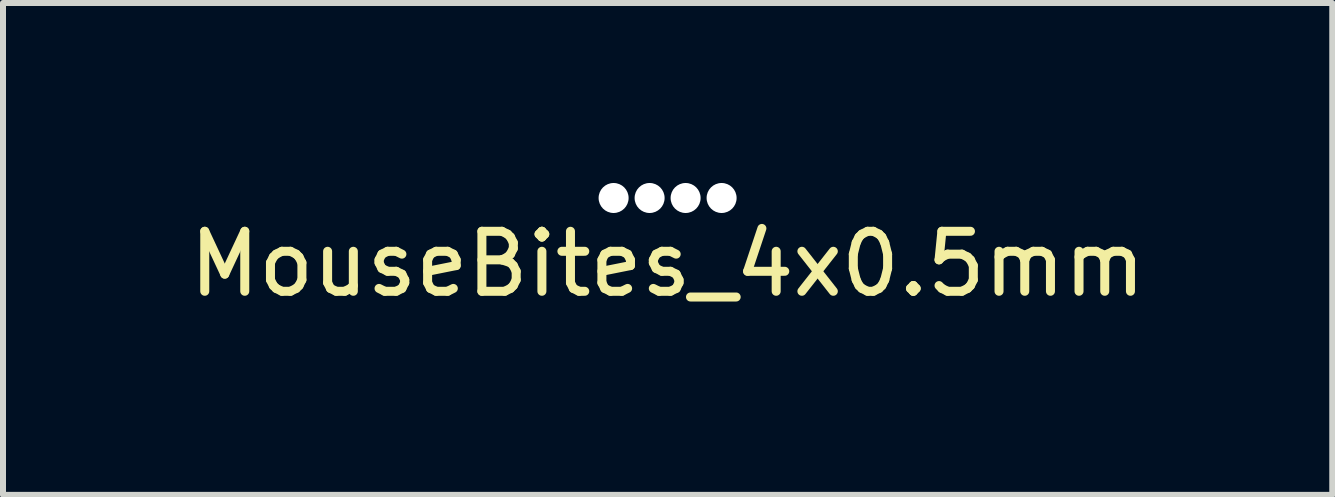
<source format=kicad_pcb>
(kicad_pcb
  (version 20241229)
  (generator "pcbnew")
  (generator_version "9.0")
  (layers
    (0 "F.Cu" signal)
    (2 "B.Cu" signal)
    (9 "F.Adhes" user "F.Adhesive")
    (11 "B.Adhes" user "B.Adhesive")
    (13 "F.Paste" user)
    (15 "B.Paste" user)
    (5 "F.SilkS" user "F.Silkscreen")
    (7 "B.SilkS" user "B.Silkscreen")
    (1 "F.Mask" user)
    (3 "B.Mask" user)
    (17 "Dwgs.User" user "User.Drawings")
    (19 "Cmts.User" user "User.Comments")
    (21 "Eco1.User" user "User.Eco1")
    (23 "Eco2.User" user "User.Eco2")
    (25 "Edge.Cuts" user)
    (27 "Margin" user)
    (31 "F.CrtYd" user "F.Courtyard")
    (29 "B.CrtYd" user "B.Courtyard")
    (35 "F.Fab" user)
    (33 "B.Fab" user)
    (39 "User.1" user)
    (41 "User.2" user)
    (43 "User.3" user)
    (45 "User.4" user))
  (footprint "MouseBites_4x0.5mm"
    (layer "F.Cu")
    (at 8.077 0.25)
    (property "Reference" "MouseBites_4x0.5mm" (at 0 1.1 0) (layer "F.SilkS") (effects (font (size 1 1) (thickness 0.15))))
    (attr exclude_from_pos_files exclude_from_bom)
    (pad "" np_thru_hole circle (at -0.9 0) (size 0.5 0.5) (drill 0.5) (layers "*.Cu" "*.Mask"))
    (pad "" np_thru_hole circle (at -0.3 0) (size 0.5 0.5) (drill 0.5) (layers "*.Cu" "*.Mask"))
    (pad "" np_thru_hole circle (at 0.3 0) (size 0.5 0.5) (drill 0.5) (layers "*.Cu" "*.Mask"))
    (pad "" np_thru_hole circle (at 0.9 0) (size 0.5 0.5) (drill 0.5) (layers "*.Cu" "*.Mask")))
  (gr_rect
    (start -3 -3)
    (end 19.155 5.198)
    (stroke (width 0.1) (type default))
    (fill no)
    (layer "Edge.Cuts")))
</source>
